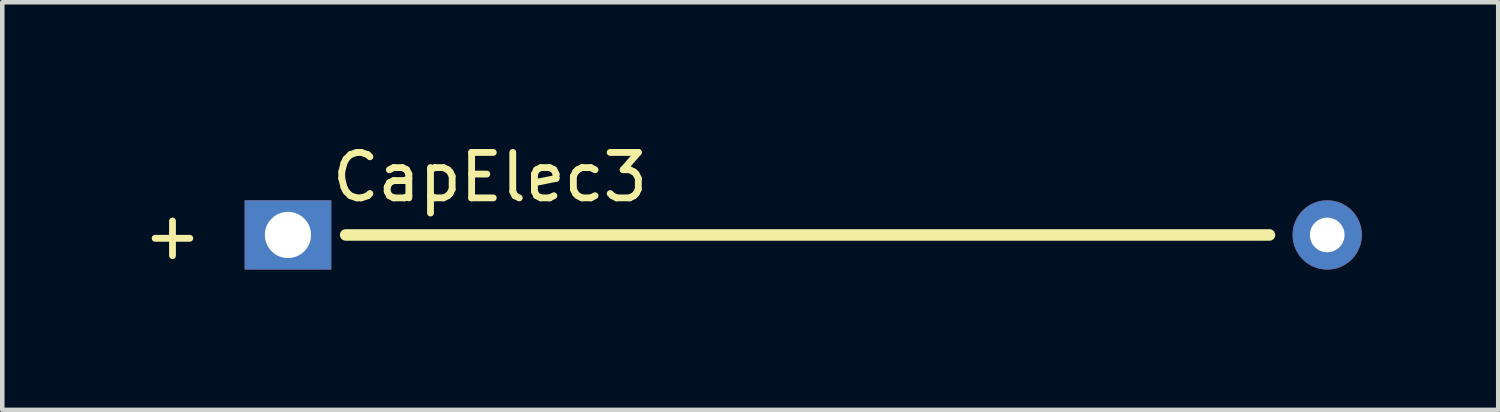
<source format=kicad_pcb>
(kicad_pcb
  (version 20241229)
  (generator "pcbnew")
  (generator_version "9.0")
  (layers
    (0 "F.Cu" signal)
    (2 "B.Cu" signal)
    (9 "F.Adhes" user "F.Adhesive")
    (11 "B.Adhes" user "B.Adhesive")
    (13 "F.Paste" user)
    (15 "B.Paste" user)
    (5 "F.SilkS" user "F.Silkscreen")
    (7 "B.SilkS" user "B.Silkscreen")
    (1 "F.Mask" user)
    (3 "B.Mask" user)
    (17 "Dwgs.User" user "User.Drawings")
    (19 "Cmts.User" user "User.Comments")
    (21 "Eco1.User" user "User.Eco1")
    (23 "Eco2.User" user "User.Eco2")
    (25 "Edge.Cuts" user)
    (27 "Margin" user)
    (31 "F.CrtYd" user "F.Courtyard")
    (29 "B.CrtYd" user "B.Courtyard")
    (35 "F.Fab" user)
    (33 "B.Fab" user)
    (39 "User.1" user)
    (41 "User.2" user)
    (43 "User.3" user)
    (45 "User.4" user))
  (footprint "CapElec3"
    (layer "F.Cu")
    (at 14.714 2.118)
    (property "Reference" "CapElec3" (at -6.985 -1.27 0) (layer "F.SilkS") (effects (font (size 1 1) (thickness 0.15))))
    (attr through_hole)
    (fp_line (start -10.16 0) (end 10.16 0) (stroke (width 0.254) (type solid)) (layer "F.SilkS"))
    (fp_text user "+" (at -13.97 0 0) (layer "F.SilkS") (effects (font (size 1 1) (thickness 0.15))))
    (pad "1" thru_hole rect (at -11.43 0) (size 1.905 1.524) (drill 1.016) (layers "*.Cu" "*.Mask"))
    (pad "2" thru_hole circle (at 11.43 0) (size 1.524 1.524) (drill 0.762) (layers "*.Cu" "*.Mask")))
  (gr_rect
    (start -3 -3)
    (end 29.906 5.966)
    (stroke (width 0.1) (type default))
    (fill no)
    (layer "Edge.Cuts")))
</source>
